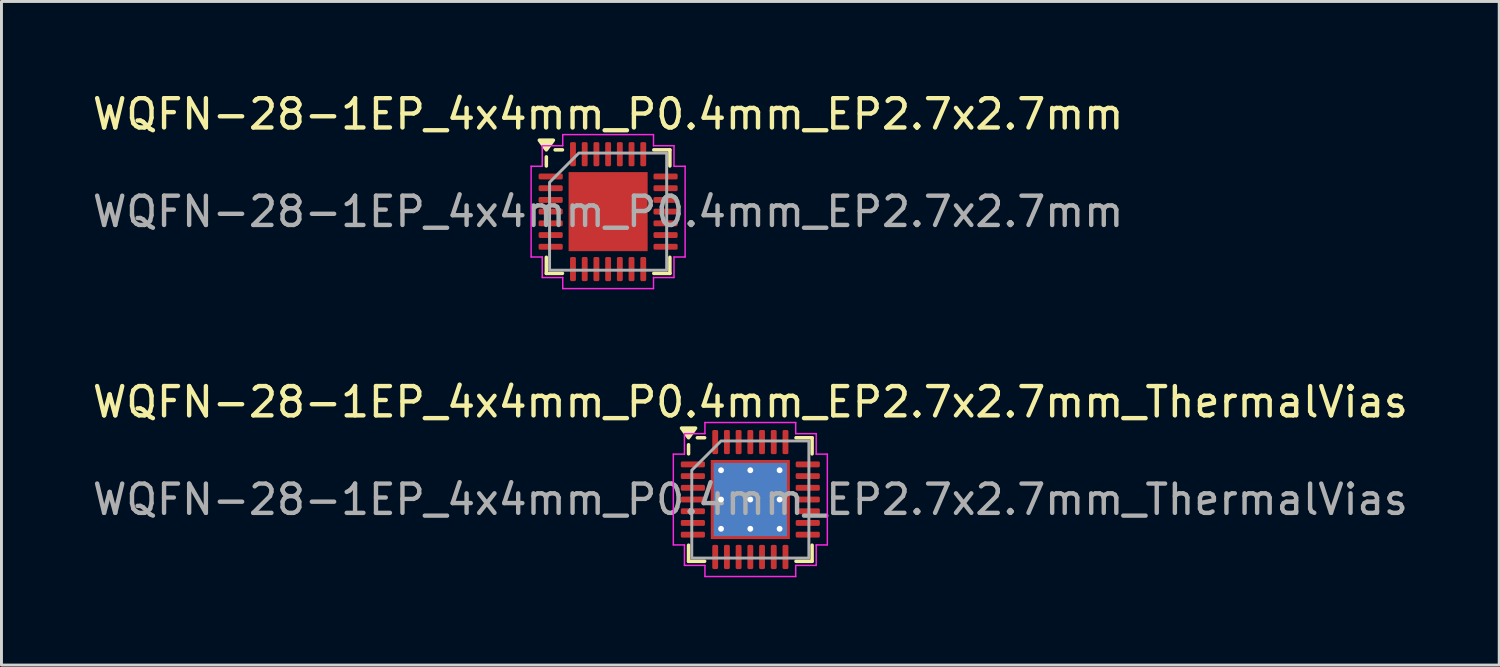
<source format=kicad_pcb>
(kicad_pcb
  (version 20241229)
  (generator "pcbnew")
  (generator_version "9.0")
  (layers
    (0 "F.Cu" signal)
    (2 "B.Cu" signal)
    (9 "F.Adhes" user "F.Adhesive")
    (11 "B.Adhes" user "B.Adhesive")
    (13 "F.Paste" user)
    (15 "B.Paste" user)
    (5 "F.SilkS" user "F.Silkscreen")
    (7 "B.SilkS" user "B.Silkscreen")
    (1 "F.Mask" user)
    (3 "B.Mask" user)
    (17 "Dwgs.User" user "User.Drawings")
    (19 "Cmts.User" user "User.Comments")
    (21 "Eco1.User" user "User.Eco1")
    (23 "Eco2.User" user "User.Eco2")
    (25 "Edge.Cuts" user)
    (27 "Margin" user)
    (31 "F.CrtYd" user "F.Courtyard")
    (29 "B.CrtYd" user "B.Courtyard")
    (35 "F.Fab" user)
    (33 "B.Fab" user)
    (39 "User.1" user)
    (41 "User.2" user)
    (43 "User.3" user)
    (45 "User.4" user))
  (footprint "WQFN-28-1EP_4x4mm_P0.4mm_EP2.7x2.7mm"
    (layer "F.Cu")
    (at 17.72 4.178)
    (property "Reference" "WQFN-28-1EP_4x4mm_P0.4mm_EP2.7x2.7mm" (at 0 -3.33 0) (layer "F.SilkS") (effects (font (size 1 1) (thickness 0.15))))
    (attr smd)
    (fp_line (start -2.11 -1.56) (end -2.11 -1.87) (stroke (width 0.12) (type solid)) (layer "F.SilkS"))
    (fp_line (start -2.11 2.11) (end -2.11 1.56) (stroke (width 0.12) (type solid)) (layer "F.SilkS"))
    (fp_line (start -1.56 -2.11) (end -1.81 -2.11) (stroke (width 0.12) (type solid)) (layer "F.SilkS"))
    (fp_line (start -1.56 2.11) (end -2.11 2.11) (stroke (width 0.12) (type solid)) (layer "F.SilkS"))
    (fp_line (start 1.56 -2.11) (end 2.11 -2.11) (stroke (width 0.12) (type solid)) (layer "F.SilkS"))
    (fp_line (start 1.56 2.11) (end 2.11 2.11) (stroke (width 0.12) (type solid)) (layer "F.SilkS"))
    (fp_line (start 2.11 -2.11) (end 2.11 -1.56) (stroke (width 0.12) (type solid)) (layer "F.SilkS"))
    (fp_line (start 2.11 2.11) (end 2.11 1.56) (stroke (width 0.12) (type solid)) (layer "F.SilkS"))
    (fp_poly (pts (xy -2.11 -2.11) (xy -2.35 -2.44) (xy -1.87 -2.44)) (stroke (width 0.12) (type solid)) (fill yes) (layer "F.SilkS"))
    (fp_line (start -2.63 -1.55) (end -2.25 -1.55) (stroke (width 0.05) (type solid)) (layer "F.CrtYd"))
    (fp_line (start -2.63 1.55) (end -2.63 -1.55) (stroke (width 0.05) (type solid)) (layer "F.CrtYd"))
    (fp_line (start -2.25 -2.25) (end -1.55 -2.25) (stroke (width 0.05) (type solid)) (layer "F.CrtYd"))
    (fp_line (start -2.25 -1.55) (end -2.25 -2.25) (stroke (width 0.05) (type solid)) (layer "F.CrtYd"))
    (fp_line (start -2.25 1.55) (end -2.63 1.55) (stroke (width 0.05) (type solid)) (layer "F.CrtYd"))
    (fp_line (start -2.25 2.25) (end -2.25 1.55) (stroke (width 0.05) (type solid)) (layer "F.CrtYd"))
    (fp_line (start -1.55 -2.63) (end 1.55 -2.63) (stroke (width 0.05) (type solid)) (layer "F.CrtYd"))
    (fp_line (start -1.55 -2.25) (end -1.55 -2.63) (stroke (width 0.05) (type solid)) (layer "F.CrtYd"))
    (fp_line (start -1.55 2.25) (end -2.25 2.25) (stroke (width 0.05) (type solid)) (layer "F.CrtYd"))
    (fp_line (start -1.55 2.63) (end -1.55 2.25) (stroke (width 0.05) (type solid)) (layer "F.CrtYd"))
    (fp_line (start 1.55 -2.63) (end 1.55 -2.25) (stroke (width 0.05) (type solid)) (layer "F.CrtYd"))
    (fp_line (start 1.55 -2.25) (end 2.25 -2.25) (stroke (width 0.05) (type solid)) (layer "F.CrtYd"))
    (fp_line (start 1.55 2.25) (end 1.55 2.63) (stroke (width 0.05) (type solid)) (layer "F.CrtYd"))
    (fp_line (start 1.55 2.63) (end -1.55 2.63) (stroke (width 0.05) (type solid)) (layer "F.CrtYd"))
    (fp_line (start 2.25 -2.25) (end 2.25 -1.55) (stroke (width 0.05) (type solid)) (layer "F.CrtYd"))
    (fp_line (start 2.25 -1.55) (end 2.63 -1.55) (stroke (width 0.05) (type solid)) (layer "F.CrtYd"))
    (fp_line (start 2.25 1.55) (end 2.25 2.25) (stroke (width 0.05) (type solid)) (layer "F.CrtYd"))
    (fp_line (start 2.25 2.25) (end 1.55 2.25) (stroke (width 0.05) (type solid)) (layer "F.CrtYd"))
    (fp_line (start 2.63 -1.55) (end 2.63 1.55) (stroke (width 0.05) (type solid)) (layer "F.CrtYd"))
    (fp_line (start 2.63 1.55) (end 2.25 1.55) (stroke (width 0.05) (type solid)) (layer "F.CrtYd"))
    (fp_poly (pts (xy -2 -1) (xy -2 2) (xy 2 2) (xy 2 -2) (xy -1 -2)) (stroke (width 0.1) (type solid)) (fill no) (layer "F.Fab"))
    (fp_text user "${REFERENCE}" (at 0 0 0) (layer "F.Fab") (effects (font (size 1 1) (thickness 0.15))))
    (pad "" smd roundrect (at -0.675 -0.675) (size 1.09 1.09) (layers "F.Paste") (roundrect_rratio 0.229))
    (pad "" smd roundrect (at -0.675 0.675) (size 1.09 1.09) (layers "F.Paste") (roundrect_rratio 0.229))
    (pad "" smd roundrect (at 0.675 -0.675) (size 1.09 1.09) (layers "F.Paste") (roundrect_rratio 0.229))
    (pad "" smd roundrect (at 0.675 0.675) (size 1.09 1.09) (layers "F.Paste") (roundrect_rratio 0.229))
    (pad "1" smd roundrect (at -1.962 -1.2) (size 0.825 0.2) (layers "F.Cu" "F.Mask" "F.Paste") (roundrect_rratio 0.25))
    (pad "2" smd roundrect (at -1.962 -0.8) (size 0.825 0.2) (layers "F.Cu" "F.Mask" "F.Paste") (roundrect_rratio 0.25))
    (pad "3" smd roundrect (at -1.962 -0.4) (size 0.825 0.2) (layers "F.Cu" "F.Mask" "F.Paste") (roundrect_rratio 0.25))
    (pad "4" smd roundrect (at -1.962 0) (size 0.825 0.2) (layers "F.Cu" "F.Mask" "F.Paste") (roundrect_rratio 0.25))
    (pad "5" smd roundrect (at -1.962 0.4) (size 0.825 0.2) (layers "F.Cu" "F.Mask" "F.Paste") (roundrect_rratio 0.25))
    (pad "6" smd roundrect (at -1.962 0.8) (size 0.825 0.2) (layers "F.Cu" "F.Mask" "F.Paste") (roundrect_rratio 0.25))
    (pad "7" smd roundrect (at -1.962 1.2) (size 0.825 0.2) (layers "F.Cu" "F.Mask" "F.Paste") (roundrect_rratio 0.25))
    (pad "8" smd roundrect (at -1.2 1.962) (size 0.2 0.825) (layers "F.Cu" "F.Mask" "F.Paste") (roundrect_rratio 0.25))
    (pad "9" smd roundrect (at -0.8 1.962) (size 0.2 0.825) (layers "F.Cu" "F.Mask" "F.Paste") (roundrect_rratio 0.25))
    (pad "10" smd roundrect (at -0.4 1.962) (size 0.2 0.825) (layers "F.Cu" "F.Mask" "F.Paste") (roundrect_rratio 0.25))
    (pad "11" smd roundrect (at 0 1.962) (size 0.2 0.825) (layers "F.Cu" "F.Mask" "F.Paste") (roundrect_rratio 0.25))
    (pad "12" smd roundrect (at 0.4 1.962) (size 0.2 0.825) (layers "F.Cu" "F.Mask" "F.Paste") (roundrect_rratio 0.25))
    (pad "13" smd roundrect (at 0.8 1.962) (size 0.2 0.825) (layers "F.Cu" "F.Mask" "F.Paste") (roundrect_rratio 0.25))
    (pad "14" smd roundrect (at 1.2 1.962) (size 0.2 0.825) (layers "F.Cu" "F.Mask" "F.Paste") (roundrect_rratio 0.25))
    (pad "15" smd roundrect (at 1.962 1.2) (size 0.825 0.2) (layers "F.Cu" "F.Mask" "F.Paste") (roundrect_rratio 0.25))
    (pad "16" smd roundrect (at 1.962 0.8) (size 0.825 0.2) (layers "F.Cu" "F.Mask" "F.Paste") (roundrect_rratio 0.25))
    (pad "17" smd roundrect (at 1.962 0.4) (size 0.825 0.2) (layers "F.Cu" "F.Mask" "F.Paste") (roundrect_rratio 0.25))
    (pad "18" smd roundrect (at 1.962 0) (size 0.825 0.2) (layers "F.Cu" "F.Mask" "F.Paste") (roundrect_rratio 0.25))
    (pad "19" smd roundrect (at 1.962 -0.4) (size 0.825 0.2) (layers "F.Cu" "F.Mask" "F.Paste") (roundrect_rratio 0.25))
    (pad "20" smd roundrect (at 1.962 -0.8) (size 0.825 0.2) (layers "F.Cu" "F.Mask" "F.Paste") (roundrect_rratio 0.25))
    (pad "21" smd roundrect (at 1.962 -1.2) (size 0.825 0.2) (layers "F.Cu" "F.Mask" "F.Paste") (roundrect_rratio 0.25))
    (pad "22" smd roundrect (at 1.2 -1.962) (size 0.2 0.825) (layers "F.Cu" "F.Mask" "F.Paste") (roundrect_rratio 0.25))
    (pad "23" smd roundrect (at 0.8 -1.962) (size 0.2 0.825) (layers "F.Cu" "F.Mask" "F.Paste") (roundrect_rratio 0.25))
    (pad "24" smd roundrect (at 0.4 -1.962) (size 0.2 0.825) (layers "F.Cu" "F.Mask" "F.Paste") (roundrect_rratio 0.25))
    (pad "25" smd roundrect (at 0 -1.962) (size 0.2 0.825) (layers "F.Cu" "F.Mask" "F.Paste") (roundrect_rratio 0.25))
    (pad "26" smd roundrect (at -0.4 -1.962) (size 0.2 0.825) (layers "F.Cu" "F.Mask" "F.Paste") (roundrect_rratio 0.25))
    (pad "27" smd roundrect (at -0.8 -1.962) (size 0.2 0.825) (layers "F.Cu" "F.Mask" "F.Paste") (roundrect_rratio 0.25))
    (pad "28" smd roundrect (at -1.2 -1.962) (size 0.2 0.825) (layers "F.Cu" "F.Mask" "F.Paste") (roundrect_rratio 0.25))
    (pad "29" smd rect (at 0 0) (size 2.7 2.7) (property pad_prop_heatsink) (layers "F.Cu" "F.Mask")))
  (footprint "WQFN-28-1EP_4x4mm_P0.4mm_EP2.7x2.7mm_ThermalVias"
    (layer "F.Cu")
    (at 22.577 14.011)
    (property "Reference" "WQFN-28-1EP_4x4mm_P0.4mm_EP2.7x2.7mm_ThermalVias" (at 0 -3.33 0) (layer "F.SilkS") (effects (font (size 1 1) (thickness 0.15))))
    (attr smd)
    (fp_line (start -2.11 -1.56) (end -2.11 -1.87) (stroke (width 0.12) (type solid)) (layer "F.SilkS"))
    (fp_line (start -2.11 2.11) (end -2.11 1.56) (stroke (width 0.12) (type solid)) (layer "F.SilkS"))
    (fp_line (start -1.56 -2.11) (end -1.81 -2.11) (stroke (width 0.12) (type solid)) (layer "F.SilkS"))
    (fp_line (start -1.56 2.11) (end -2.11 2.11) (stroke (width 0.12) (type solid)) (layer "F.SilkS"))
    (fp_line (start 1.56 -2.11) (end 2.11 -2.11) (stroke (width 0.12) (type solid)) (layer "F.SilkS"))
    (fp_line (start 1.56 2.11) (end 2.11 2.11) (stroke (width 0.12) (type solid)) (layer "F.SilkS"))
    (fp_line (start 2.11 -2.11) (end 2.11 -1.56) (stroke (width 0.12) (type solid)) (layer "F.SilkS"))
    (fp_line (start 2.11 2.11) (end 2.11 1.56) (stroke (width 0.12) (type solid)) (layer "F.SilkS"))
    (fp_poly (pts (xy -2.11 -2.11) (xy -2.35 -2.44) (xy -1.87 -2.44)) (stroke (width 0.12) (type solid)) (fill yes) (layer "F.SilkS"))
    (fp_line (start -2.63 -1.55) (end -2.25 -1.55) (stroke (width 0.05) (type solid)) (layer "F.CrtYd"))
    (fp_line (start -2.63 1.55) (end -2.63 -1.55) (stroke (width 0.05) (type solid)) (layer "F.CrtYd"))
    (fp_line (start -2.25 -2.25) (end -1.55 -2.25) (stroke (width 0.05) (type solid)) (layer "F.CrtYd"))
    (fp_line (start -2.25 -1.55) (end -2.25 -2.25) (stroke (width 0.05) (type solid)) (layer "F.CrtYd"))
    (fp_line (start -2.25 1.55) (end -2.63 1.55) (stroke (width 0.05) (type solid)) (layer "F.CrtYd"))
    (fp_line (start -2.25 2.25) (end -2.25 1.55) (stroke (width 0.05) (type solid)) (layer "F.CrtYd"))
    (fp_line (start -1.55 -2.63) (end 1.55 -2.63) (stroke (width 0.05) (type solid)) (layer "F.CrtYd"))
    (fp_line (start -1.55 -2.25) (end -1.55 -2.63) (stroke (width 0.05) (type solid)) (layer "F.CrtYd"))
    (fp_line (start -1.55 2.25) (end -2.25 2.25) (stroke (width 0.05) (type solid)) (layer "F.CrtYd"))
    (fp_line (start -1.55 2.63) (end -1.55 2.25) (stroke (width 0.05) (type solid)) (layer "F.CrtYd"))
    (fp_line (start 1.55 -2.63) (end 1.55 -2.25) (stroke (width 0.05) (type solid)) (layer "F.CrtYd"))
    (fp_line (start 1.55 -2.25) (end 2.25 -2.25) (stroke (width 0.05) (type solid)) (layer "F.CrtYd"))
    (fp_line (start 1.55 2.25) (end 1.55 2.63) (stroke (width 0.05) (type solid)) (layer "F.CrtYd"))
    (fp_line (start 1.55 2.63) (end -1.55 2.63) (stroke (width 0.05) (type solid)) (layer "F.CrtYd"))
    (fp_line (start 2.25 -2.25) (end 2.25 -1.55) (stroke (width 0.05) (type solid)) (layer "F.CrtYd"))
    (fp_line (start 2.25 -1.55) (end 2.63 -1.55) (stroke (width 0.05) (type solid)) (layer "F.CrtYd"))
    (fp_line (start 2.25 1.55) (end 2.25 2.25) (stroke (width 0.05) (type solid)) (layer "F.CrtYd"))
    (fp_line (start 2.25 2.25) (end 1.55 2.25) (stroke (width 0.05) (type solid)) (layer "F.CrtYd"))
    (fp_line (start 2.63 -1.55) (end 2.63 1.55) (stroke (width 0.05) (type solid)) (layer "F.CrtYd"))
    (fp_line (start 2.63 1.55) (end 2.25 1.55) (stroke (width 0.05) (type solid)) (layer "F.CrtYd"))
    (fp_poly (pts (xy -2 -1) (xy -2 2) (xy 2 2) (xy 2 -2) (xy -1 -2)) (stroke (width 0.1) (type solid)) (fill no) (layer "F.Fab"))
    (fp_text user "${REFERENCE}" (at 0 0 0) (layer "F.Fab") (effects (font (size 1 1) (thickness 0.15))))
    (pad "" smd roundrect (at -0.675 -0.675) (size 1.09 1.09) (layers "F.Paste") (roundrect_rratio 0.229))
    (pad "" smd roundrect (at -0.675 0.675) (size 1.09 1.09) (layers "F.Paste") (roundrect_rratio 0.229))
    (pad "" smd roundrect (at 0.675 -0.675) (size 1.09 1.09) (layers "F.Paste") (roundrect_rratio 0.229))
    (pad "" smd roundrect (at 0.675 0.675) (size 1.09 1.09) (layers "F.Paste") (roundrect_rratio 0.229))
    (pad "1" smd roundrect (at -1.962 -1.2) (size 0.825 0.2) (layers "F.Cu" "F.Mask" "F.Paste") (roundrect_rratio 0.25))
    (pad "2" smd roundrect (at -1.962 -0.8) (size 0.825 0.2) (layers "F.Cu" "F.Mask" "F.Paste") (roundrect_rratio 0.25))
    (pad "3" smd roundrect (at -1.962 -0.4) (size 0.825 0.2) (layers "F.Cu" "F.Mask" "F.Paste") (roundrect_rratio 0.25))
    (pad "4" smd roundrect (at -1.962 0) (size 0.825 0.2) (layers "F.Cu" "F.Mask" "F.Paste") (roundrect_rratio 0.25))
    (pad "5" smd roundrect (at -1.962 0.4) (size 0.825 0.2) (layers "F.Cu" "F.Mask" "F.Paste") (roundrect_rratio 0.25))
    (pad "6" smd roundrect (at -1.962 0.8) (size 0.825 0.2) (layers "F.Cu" "F.Mask" "F.Paste") (roundrect_rratio 0.25))
    (pad "7" smd roundrect (at -1.962 1.2) (size 0.825 0.2) (layers "F.Cu" "F.Mask" "F.Paste") (roundrect_rratio 0.25))
    (pad "8" smd roundrect (at -1.2 1.962) (size 0.2 0.825) (layers "F.Cu" "F.Mask" "F.Paste") (roundrect_rratio 0.25))
    (pad "9" smd roundrect (at -0.8 1.962) (size 0.2 0.825) (layers "F.Cu" "F.Mask" "F.Paste") (roundrect_rratio 0.25))
    (pad "10" smd roundrect (at -0.4 1.962) (size 0.2 0.825) (layers "F.Cu" "F.Mask" "F.Paste") (roundrect_rratio 0.25))
    (pad "11" smd roundrect (at 0 1.962) (size 0.2 0.825) (layers "F.Cu" "F.Mask" "F.Paste") (roundrect_rratio 0.25))
    (pad "12" smd roundrect (at 0.4 1.962) (size 0.2 0.825) (layers "F.Cu" "F.Mask" "F.Paste") (roundrect_rratio 0.25))
    (pad "13" smd roundrect (at 0.8 1.962) (size 0.2 0.825) (layers "F.Cu" "F.Mask" "F.Paste") (roundrect_rratio 0.25))
    (pad "14" smd roundrect (at 1.2 1.962) (size 0.2 0.825) (layers "F.Cu" "F.Mask" "F.Paste") (roundrect_rratio 0.25))
    (pad "15" smd roundrect (at 1.962 1.2) (size 0.825 0.2) (layers "F.Cu" "F.Mask" "F.Paste") (roundrect_rratio 0.25))
    (pad "16" smd roundrect (at 1.962 0.8) (size 0.825 0.2) (layers "F.Cu" "F.Mask" "F.Paste") (roundrect_rratio 0.25))
    (pad "17" smd roundrect (at 1.962 0.4) (size 0.825 0.2) (layers "F.Cu" "F.Mask" "F.Paste") (roundrect_rratio 0.25))
    (pad "18" smd roundrect (at 1.962 0) (size 0.825 0.2) (layers "F.Cu" "F.Mask" "F.Paste") (roundrect_rratio 0.25))
    (pad "19" smd roundrect (at 1.962 -0.4) (size 0.825 0.2) (layers "F.Cu" "F.Mask" "F.Paste") (roundrect_rratio 0.25))
    (pad "20" smd roundrect (at 1.962 -0.8) (size 0.825 0.2) (layers "F.Cu" "F.Mask" "F.Paste") (roundrect_rratio 0.25))
    (pad "21" smd roundrect (at 1.962 -1.2) (size 0.825 0.2) (layers "F.Cu" "F.Mask" "F.Paste") (roundrect_rratio 0.25))
    (pad "22" smd roundrect (at 1.2 -1.962) (size 0.2 0.825) (layers "F.Cu" "F.Mask" "F.Paste") (roundrect_rratio 0.25))
    (pad "23" smd roundrect (at 0.8 -1.962) (size 0.2 0.825) (layers "F.Cu" "F.Mask" "F.Paste") (roundrect_rratio 0.25))
    (pad "24" smd roundrect (at 0.4 -1.962) (size 0.2 0.825) (layers "F.Cu" "F.Mask" "F.Paste") (roundrect_rratio 0.25))
    (pad "25" smd roundrect (at 0 -1.962) (size 0.2 0.825) (layers "F.Cu" "F.Mask" "F.Paste") (roundrect_rratio 0.25))
    (pad "26" smd roundrect (at -0.4 -1.962) (size 0.2 0.825) (layers "F.Cu" "F.Mask" "F.Paste") (roundrect_rratio 0.25))
    (pad "27" smd roundrect (at -0.8 -1.962) (size 0.2 0.825) (layers "F.Cu" "F.Mask" "F.Paste") (roundrect_rratio 0.25))
    (pad "28" smd roundrect (at -1.2 -1.962) (size 0.2 0.825) (layers "F.Cu" "F.Mask" "F.Paste") (roundrect_rratio 0.25))
    (pad "29" thru_hole circle (at -1 -1) (size 0.5 0.5) (drill 0.2) (property pad_prop_heatsink) (layers "*.Cu"))
    (pad "29" thru_hole circle (at -1 0) (size 0.5 0.5) (drill 0.2) (property pad_prop_heatsink) (layers "*.Cu"))
    (pad "29" thru_hole circle (at -1 1) (size 0.5 0.5) (drill 0.2) (property pad_prop_heatsink) (layers "*.Cu"))
    (pad "29" thru_hole circle (at 0 -1) (size 0.5 0.5) (drill 0.2) (property pad_prop_heatsink) (layers "*.Cu"))
    (pad "29" thru_hole circle (at 0 0) (size 0.5 0.5) (drill 0.2) (property pad_prop_heatsink) (layers "*.Cu"))
    (pad "29" smd rect (at 0 0) (size 2.5 2.5) (property pad_prop_heatsink) (layers "B.Cu"))
    (pad "29" smd rect (at 0 0) (size 2.7 2.7) (property pad_prop_heatsink) (layers "F.Cu" "F.Mask"))
    (pad "29" thru_hole circle (at 0 1) (size 0.5 0.5) (drill 0.2) (property pad_prop_heatsink) (layers "*.Cu"))
    (pad "29" thru_hole circle (at 1 -1) (size 0.5 0.5) (drill 0.2) (property pad_prop_heatsink) (layers "*.Cu"))
    (pad "29" thru_hole circle (at 1 0) (size 0.5 0.5) (drill 0.2) (property pad_prop_heatsink) (layers "*.Cu"))
    (pad "29" thru_hole circle (at 1 1) (size 0.5 0.5) (drill 0.2) (property pad_prop_heatsink) (layers "*.Cu")))
  (gr_rect
    (start -3 -3)
    (end 48.155 19.666)
    (stroke (width 0.1) (type default))
    (fill no)
    (layer "Edge.Cuts")))
</source>
